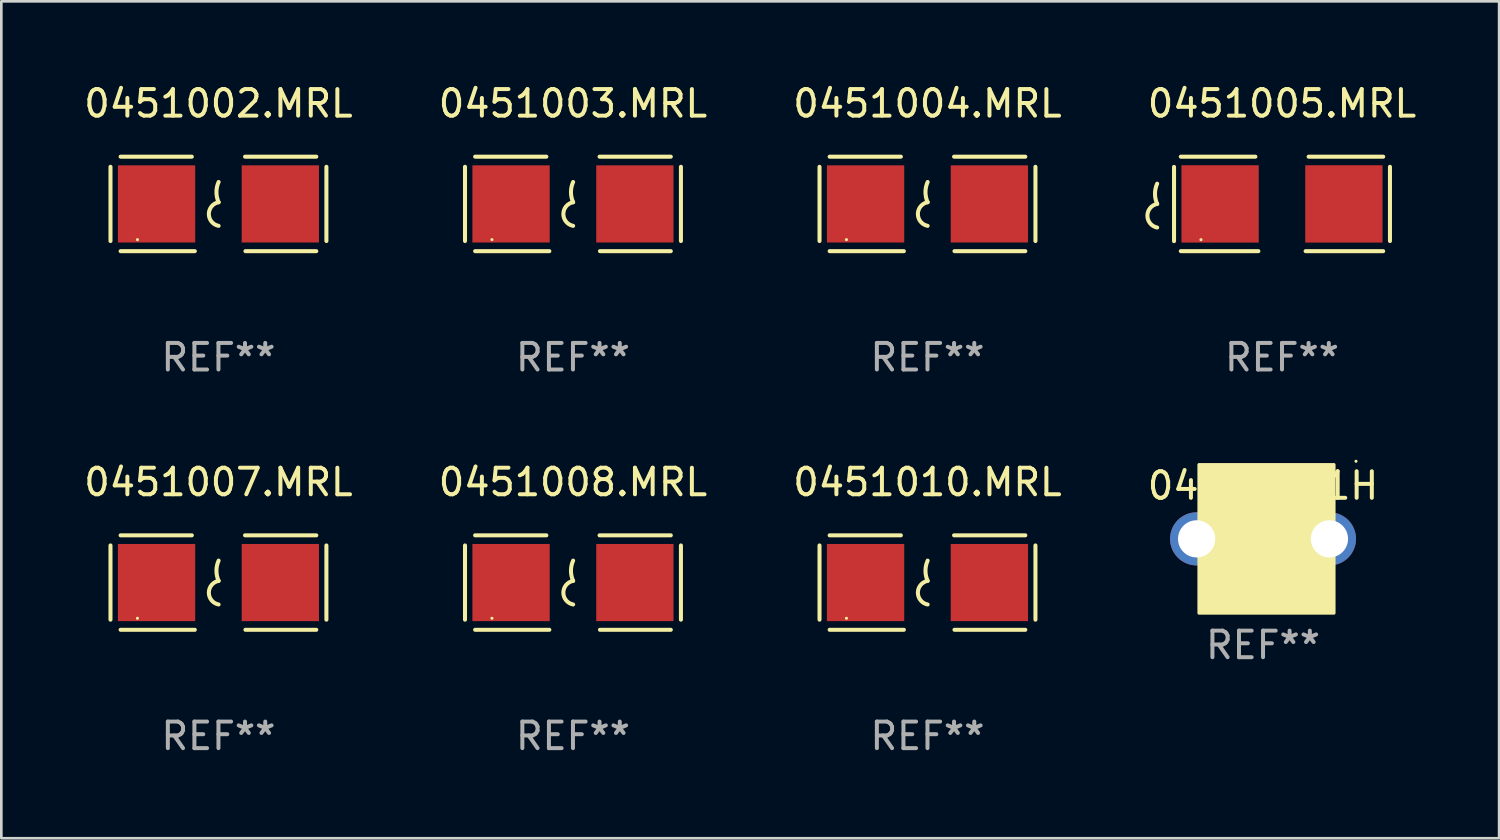
<source format=kicad_pcb>
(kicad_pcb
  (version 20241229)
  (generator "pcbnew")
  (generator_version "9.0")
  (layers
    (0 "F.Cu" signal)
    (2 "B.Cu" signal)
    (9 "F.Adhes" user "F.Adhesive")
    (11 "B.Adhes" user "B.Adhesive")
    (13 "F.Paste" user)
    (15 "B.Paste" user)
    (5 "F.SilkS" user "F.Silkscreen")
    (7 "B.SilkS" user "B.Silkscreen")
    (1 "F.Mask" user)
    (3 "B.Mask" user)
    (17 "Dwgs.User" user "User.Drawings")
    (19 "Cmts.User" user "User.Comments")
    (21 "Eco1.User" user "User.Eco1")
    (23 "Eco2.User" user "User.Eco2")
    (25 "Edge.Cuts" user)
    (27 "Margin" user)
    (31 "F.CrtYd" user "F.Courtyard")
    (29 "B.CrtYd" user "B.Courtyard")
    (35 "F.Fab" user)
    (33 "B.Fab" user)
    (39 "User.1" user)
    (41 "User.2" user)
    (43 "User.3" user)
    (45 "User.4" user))
  (footprint "0451007.MRL"
    (layer "F.Cu")
    (at 5.173 18.879)
    (property "Reference" "0451007.MRL" (at 0 -3.778 0) (layer "F.SilkS") (effects (font (size 1 1) (thickness 0.15))))
    (attr through_hole)
    (fp_line (start -4.064 -1.397) (end -4.064 1.397) (stroke (width 0.152) (type solid)) (layer "F.SilkS"))
    (fp_line (start -3.683 -1.778) (end -1.002 -1.778) (stroke (width 0.152) (type solid)) (layer "F.SilkS"))
    (fp_line (start -0.889 1.778) (end -3.683 1.778) (stroke (width 0.152) (type solid)) (layer "F.SilkS"))
    (fp_line (start 1.016 1.778) (end 3.683 1.778) (stroke (width 0.152) (type solid)) (layer "F.SilkS"))
    (fp_line (start 3.683 -1.778) (end 1.001 -1.778) (stroke (width 0.152) (type solid)) (layer "F.SilkS"))
    (fp_line (start 4.064 -1.397) (end 4.064 1.397) (stroke (width 0.152) (type solid)) (layer "F.SilkS"))
    (fp_arc (start 0.006045 -0.0635) (mid -0.075591 -0.444501) (end 0.006045 -0.825502) (stroke (width 0.151994) (type solid)) (layer "F.SilkS"))
    (fp_arc (start 0.006045 0.825502) (mid -0.361643 0.381001) (end 0.006045 -0.0635) (stroke (width 0.151994) (type solid)) (layer "F.SilkS"))
    (fp_circle (center -3.05 1.345) (end -3.02 1.345) (stroke (width 0.06) (type solid)) (fill no) (layer "F.SilkS"))
    (fp_text user "REF**" (at 0 5.778 0) (layer "F.Fab") (effects (font (size 1 1) (thickness 0.15))))
    (pad "1" smd rect (at -2.33 0) (size 2.91 2.905) (layers "F.Cu" "F.Mask" "F.Paste"))
    (pad "2" smd rect (at 2.33 0) (size 2.91 2.905) (layers "F.Cu" "F.Mask" "F.Paste")))
  (footprint "0451004.MRL"
    (layer "F.Cu")
    (at 31.863 4.626)
    (property "Reference" "0451004.MRL" (at 0 -3.778 0) (layer "F.SilkS") (effects (font (size 1 1) (thickness 0.15))))
    (attr through_hole)
    (fp_line (start -4.064 -1.397) (end -4.064 1.397) (stroke (width 0.152) (type solid)) (layer "F.SilkS"))
    (fp_line (start -3.683 -1.778) (end -1.002 -1.778) (stroke (width 0.152) (type solid)) (layer "F.SilkS"))
    (fp_line (start -0.889 1.778) (end -3.683 1.778) (stroke (width 0.152) (type solid)) (layer "F.SilkS"))
    (fp_line (start 1.016 1.778) (end 3.683 1.778) (stroke (width 0.152) (type solid)) (layer "F.SilkS"))
    (fp_line (start 3.683 -1.778) (end 1.001 -1.778) (stroke (width 0.152) (type solid)) (layer "F.SilkS"))
    (fp_line (start 4.064 -1.397) (end 4.064 1.397) (stroke (width 0.152) (type solid)) (layer "F.SilkS"))
    (fp_arc (start 0.006045 -0.0635) (mid -0.075591 -0.444501) (end 0.006045 -0.825502) (stroke (width 0.151994) (type solid)) (layer "F.SilkS"))
    (fp_arc (start 0.006045 0.825502) (mid -0.361643 0.381001) (end 0.006045 -0.0635) (stroke (width 0.151994) (type solid)) (layer "F.SilkS"))
    (fp_circle (center -3.05 1.345) (end -3.02 1.345) (stroke (width 0.06) (type solid)) (fill no) (layer "F.SilkS"))
    (fp_text user "REF**" (at 0 5.778 0) (layer "F.Fab") (effects (font (size 1 1) (thickness 0.15))))
    (pad "1" smd rect (at -2.33 0) (size 2.91 2.905) (layers "F.Cu" "F.Mask" "F.Paste"))
    (pad "2" smd rect (at 2.33 0) (size 2.91 2.905) (layers "F.Cu" "F.Mask" "F.Paste")))
  (footprint "0451003.MRL"
    (layer "F.Cu")
    (at 18.518 4.626)
    (property "Reference" "0451003.MRL" (at 0 -3.778 0) (layer "F.SilkS") (effects (font (size 1 1) (thickness 0.15))))
    (attr through_hole)
    (fp_line (start -4.064 -1.397) (end -4.064 1.397) (stroke (width 0.152) (type solid)) (layer "F.SilkS"))
    (fp_line (start -3.683 -1.778) (end -1.002 -1.778) (stroke (width 0.152) (type solid)) (layer "F.SilkS"))
    (fp_line (start -0.889 1.778) (end -3.683 1.778) (stroke (width 0.152) (type solid)) (layer "F.SilkS"))
    (fp_line (start 1.016 1.778) (end 3.683 1.778) (stroke (width 0.152) (type solid)) (layer "F.SilkS"))
    (fp_line (start 3.683 -1.778) (end 1.001 -1.778) (stroke (width 0.152) (type solid)) (layer "F.SilkS"))
    (fp_line (start 4.064 -1.397) (end 4.064 1.397) (stroke (width 0.152) (type solid)) (layer "F.SilkS"))
    (fp_arc (start 0.006045 -0.0635) (mid -0.075591 -0.444501) (end 0.006045 -0.825502) (stroke (width 0.151994) (type solid)) (layer "F.SilkS"))
    (fp_arc (start 0.006045 0.825502) (mid -0.361643 0.381001) (end 0.006045 -0.0635) (stroke (width 0.151994) (type solid)) (layer "F.SilkS"))
    (fp_circle (center -3.05 1.345) (end -3.02 1.345) (stroke (width 0.06) (type solid)) (fill no) (layer "F.SilkS"))
    (fp_text user "REF**" (at 0 5.778 0) (layer "F.Fab") (effects (font (size 1 1) (thickness 0.15))))
    (pad "1" smd rect (at -2.33 0) (size 2.91 2.905) (layers "F.Cu" "F.Mask" "F.Paste"))
    (pad "2" smd rect (at 2.33 0) (size 2.91 2.905) (layers "F.Cu" "F.Mask" "F.Paste")))
  (footprint "0451005.MRL"
    (layer "F.Cu")
    (at 45.208 4.626)
    (property "Reference" "0451005.MRL" (at 0 -3.778 0) (layer "F.SilkS") (effects (font (size 1 1) (thickness 0.15))))
    (attr through_hole)
    (fp_line (start -4.064 -1.393) (end -4.064 1.401) (stroke (width 0.152) (type solid)) (layer "F.SilkS"))
    (fp_line (start -3.81 -1.778) (end -1.002 -1.778) (stroke (width 0.152) (type solid)) (layer "F.SilkS"))
    (fp_line (start -0.889 1.778) (end -3.81 1.778) (stroke (width 0.152) (type solid)) (layer "F.SilkS"))
    (fp_line (start 0.889 1.778) (end 3.81 1.778) (stroke (width 0.152) (type solid)) (layer "F.SilkS"))
    (fp_line (start 3.81 -1.778) (end 1.002 -1.778) (stroke (width 0.152) (type solid)) (layer "F.SilkS"))
    (fp_line (start 4.064 -1.397) (end 4.064 1.397) (stroke (width 0.152) (type solid)) (layer "F.SilkS"))
    (fp_arc (start -4.699009 0) (mid -4.780645 -0.381001) (end -4.699009 -0.762002) (stroke (width 0.151994) (type solid)) (layer "F.SilkS"))
    (fp_arc (start -4.699009 0.889002) (mid -5.066697 0.444501) (end -4.699009 0) (stroke (width 0.151994) (type solid)) (layer "F.SilkS"))
    (fp_circle (center -3.05 1.347) (end -3.02 1.347) (stroke (width 0.06) (type solid)) (fill no) (layer "F.SilkS"))
    (fp_text user "REF**" (at 0 5.778 0) (layer "F.Fab") (effects (font (size 1 1) (thickness 0.15))))
    (pad "1" smd rect (at -2.33 0) (size 2.91 2.911) (layers "F.Cu" "F.Mask" "F.Paste"))
    (pad "2" smd rect (at 2.33 0) (size 2.91 2.911) (layers "F.Cu" "F.Mask" "F.Paste")))
  (footprint "0451002.MRL"
    (layer "F.Cu")
    (at 5.173 4.626)
    (property "Reference" "0451002.MRL" (at 0 -3.778 0) (layer "F.SilkS") (effects (font (size 1 1) (thickness 0.15))))
    (attr through_hole)
    (fp_line (start -4.064 -1.397) (end -4.064 1.397) (stroke (width 0.152) (type solid)) (layer "F.SilkS"))
    (fp_line (start -3.683 -1.778) (end -1.002 -1.778) (stroke (width 0.152) (type solid)) (layer "F.SilkS"))
    (fp_line (start -0.889 1.778) (end -3.683 1.778) (stroke (width 0.152) (type solid)) (layer "F.SilkS"))
    (fp_line (start 1.016 1.778) (end 3.683 1.778) (stroke (width 0.152) (type solid)) (layer "F.SilkS"))
    (fp_line (start 3.683 -1.778) (end 1.001 -1.778) (stroke (width 0.152) (type solid)) (layer "F.SilkS"))
    (fp_line (start 4.064 -1.397) (end 4.064 1.397) (stroke (width 0.152) (type solid)) (layer "F.SilkS"))
    (fp_arc (start 0.006045 -0.0635) (mid -0.075591 -0.444501) (end 0.006045 -0.825502) (stroke (width 0.151994) (type solid)) (layer "F.SilkS"))
    (fp_arc (start 0.006045 0.825502) (mid -0.361643 0.381001) (end 0.006045 -0.0635) (stroke (width 0.151994) (type solid)) (layer "F.SilkS"))
    (fp_circle (center -3.05 1.345) (end -3.02 1.345) (stroke (width 0.06) (type solid)) (fill no) (layer "F.SilkS"))
    (fp_text user "REF**" (at 0 5.778 0) (layer "F.Fab") (effects (font (size 1 1) (thickness 0.15))))
    (pad "1" smd rect (at -2.33 0) (size 2.91 2.905) (layers "F.Cu" "F.Mask" "F.Paste"))
    (pad "2" smd rect (at 2.33 0) (size 2.91 2.905) (layers "F.Cu" "F.Mask" "F.Paste")))
  (footprint "04450001H"
    (layer "F.Cu")
    (at 44.494 17.234)
    (property "Reference" "04450001H" (at 0 -2 0) (layer "F.SilkS") (effects (font (size 1 1) (thickness 0.15))))
    (attr through_hole)
    (fp_circle (center 3.5 -2.921) (end 3.53 -2.921) (stroke (width 0.06) (type solid)) (fill no) (layer "F.SilkS"))
    (fp_poly (pts (xy -2.41 -2.794) (xy 2.67 -2.794) (xy 2.67 2.794) (xy -2.41 2.794)) (stroke (width 0.12) (type solid)) (fill yes) (layer "F.SilkS"))
    (fp_text user "REF**" (at 0 4 0) (layer "F.Fab") (effects (font (size 1 1) (thickness 0.15))))
    (pad "1" thru_hole circle (at -2.5 0) (size 2 2) (drill 1.4) (layers "*.Cu" "*.Mask"))
    (pad "1" thru_hole circle (at 2.5 0) (size 2 2) (drill 1.4) (layers "*.Cu" "*.Mask")))
  (footprint "0451008.MRL"
    (layer "F.Cu")
    (at 18.518 18.879)
    (property "Reference" "0451008.MRL" (at 0 -3.778 0) (layer "F.SilkS") (effects (font (size 1 1) (thickness 0.15))))
    (attr through_hole)
    (fp_line (start -4.064 -1.397) (end -4.064 1.397) (stroke (width 0.152) (type solid)) (layer "F.SilkS"))
    (fp_line (start -3.683 -1.778) (end -1.002 -1.778) (stroke (width 0.152) (type solid)) (layer "F.SilkS"))
    (fp_line (start -0.889 1.778) (end -3.683 1.778) (stroke (width 0.152) (type solid)) (layer "F.SilkS"))
    (fp_line (start 1.016 1.778) (end 3.683 1.778) (stroke (width 0.152) (type solid)) (layer "F.SilkS"))
    (fp_line (start 3.683 -1.778) (end 1.001 -1.778) (stroke (width 0.152) (type solid)) (layer "F.SilkS"))
    (fp_line (start 4.064 -1.397) (end 4.064 1.397) (stroke (width 0.152) (type solid)) (layer "F.SilkS"))
    (fp_arc (start 0.006045 -0.0635) (mid -0.075591 -0.444501) (end 0.006045 -0.825502) (stroke (width 0.151994) (type solid)) (layer "F.SilkS"))
    (fp_arc (start 0.006045 0.825502) (mid -0.361643 0.381001) (end 0.006045 -0.0635) (stroke (width 0.151994) (type solid)) (layer "F.SilkS"))
    (fp_circle (center -3.05 1.345) (end -3.02 1.345) (stroke (width 0.06) (type solid)) (fill no) (layer "F.SilkS"))
    (fp_text user "REF**" (at 0 5.778 0) (layer "F.Fab") (effects (font (size 1 1) (thickness 0.15))))
    (pad "1" smd rect (at -2.33 0) (size 2.91 2.905) (layers "F.Cu" "F.Mask" "F.Paste"))
    (pad "2" smd rect (at 2.33 0) (size 2.91 2.905) (layers "F.Cu" "F.Mask" "F.Paste")))
  (footprint "0451010.MRL"
    (layer "F.Cu")
    (at 31.863 18.879)
    (property "Reference" "0451010.MRL" (at 0 -3.778 0) (layer "F.SilkS") (effects (font (size 1 1) (thickness 0.15))))
    (attr through_hole)
    (fp_line (start -4.064 -1.397) (end -4.064 1.397) (stroke (width 0.152) (type solid)) (layer "F.SilkS"))
    (fp_line (start -3.683 -1.778) (end -1.002 -1.778) (stroke (width 0.152) (type solid)) (layer "F.SilkS"))
    (fp_line (start -0.889 1.778) (end -3.683 1.778) (stroke (width 0.152) (type solid)) (layer "F.SilkS"))
    (fp_line (start 1.016 1.778) (end 3.683 1.778) (stroke (width 0.152) (type solid)) (layer "F.SilkS"))
    (fp_line (start 3.683 -1.778) (end 1.001 -1.778) (stroke (width 0.152) (type solid)) (layer "F.SilkS"))
    (fp_line (start 4.064 -1.397) (end 4.064 1.397) (stroke (width 0.152) (type solid)) (layer "F.SilkS"))
    (fp_arc (start 0.006045 -0.0635) (mid -0.075591 -0.444501) (end 0.006045 -0.825502) (stroke (width 0.151994) (type solid)) (layer "F.SilkS"))
    (fp_arc (start 0.006045 0.825502) (mid -0.361643 0.381001) (end 0.006045 -0.0635) (stroke (width 0.151994) (type solid)) (layer "F.SilkS"))
    (fp_circle (center -3.05 1.345) (end -3.02 1.345) (stroke (width 0.06) (type solid)) (fill no) (layer "F.SilkS"))
    (fp_text user "REF**" (at 0 5.778 0) (layer "F.Fab") (effects (font (size 1 1) (thickness 0.15))))
    (pad "1" smd rect (at -2.33 0) (size 2.91 2.905) (layers "F.Cu" "F.Mask" "F.Paste"))
    (pad "2" smd rect (at 2.33 0) (size 2.91 2.905) (layers "F.Cu" "F.Mask" "F.Paste")))
  (gr_rect
    (start -3 -3)
    (end 53.381 28.505)
    (stroke (width 0.1) (type default))
    (fill no)
    (layer "Edge.Cuts")))
</source>
